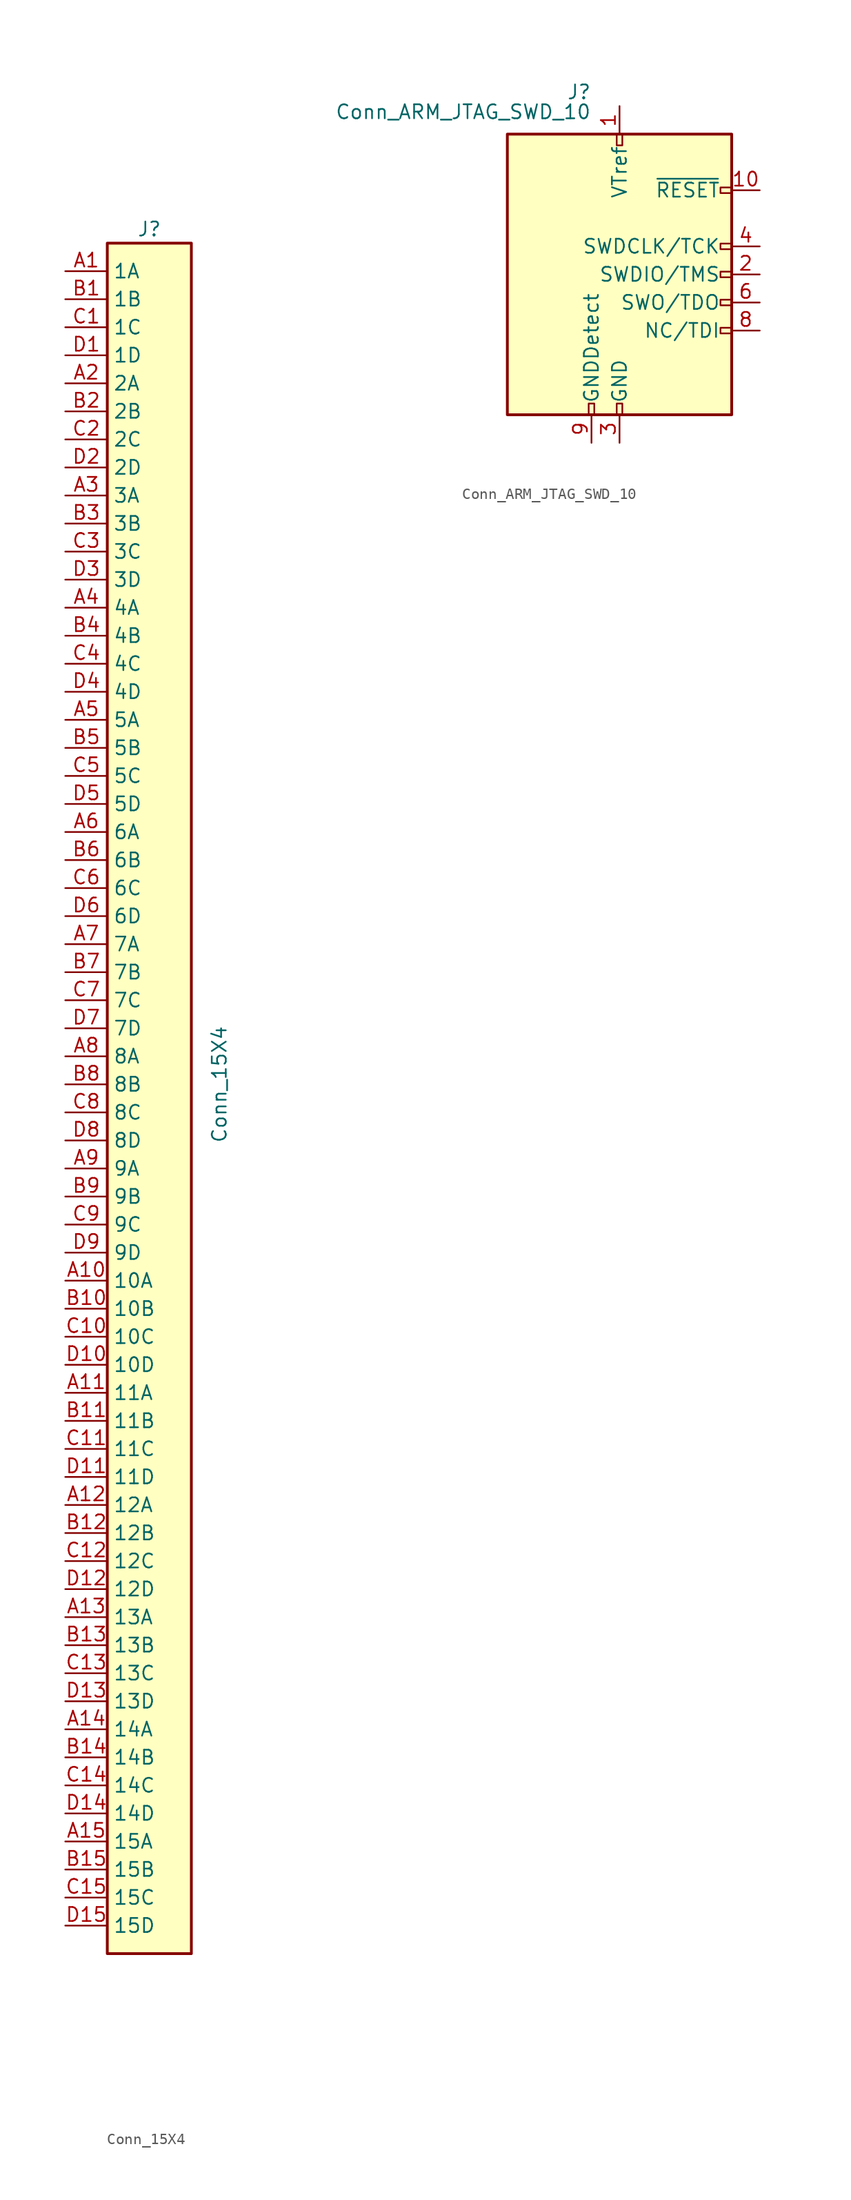
<source format=kicad_sym>
(kicad_symbol_lib
  (version 20211014)
  (generator kicad_symbol_editor)
  (symbol "Conn_15X4"
    (property "Reference" "J"
      (at 0 80.01 0)
      (effects (font (size 1.27 1.27))))
    (property "Value" "Conn_15X4"
      (at 6.35 2.54 90)
      (effects (font (size 1.27 1.27))))
    (symbol "Conn_15X4_0_1"
      (rectangle (start 3.81 -76.2) (end -3.81 78.74) (stroke (width 0.254) (type default) (color 0 0 0 0)) (fill (type background))))
    (symbol "Conn_15X4_1_1"
      (pin passive line (at -7.62 76.2 0) (length 3.81) (name "1A" (effects (font (size 1.27 1.27)))) (number "A1" (effects (font (size 1.27 1.27)))))
      (pin passive line (at -7.62 -15.24 0) (length 3.81) (name "10A" (effects (font (size 1.27 1.27)))) (number "A10" (effects (font (size 1.27 1.27)))))
      (pin passive line (at -7.62 -25.4 0) (length 3.81) (name "11A" (effects (font (size 1.27 1.27)))) (number "A11" (effects (font (size 1.27 1.27)))))
      (pin passive line (at -7.62 -35.56 0) (length 3.81) (name "12A" (effects (font (size 1.27 1.27)))) (number "A12" (effects (font (size 1.27 1.27)))))
      (pin passive line (at -7.62 -45.72 0) (length 3.81) (name "13A" (effects (font (size 1.27 1.27)))) (number "A13" (effects (font (size 1.27 1.27)))))
      (pin passive line (at -7.62 -55.88 0) (length 3.81) (name "14A" (effects (font (size 1.27 1.27)))) (number "A14" (effects (font (size 1.27 1.27)))))
      (pin passive line (at -7.62 -66.04 0) (length 3.81) (name "15A" (effects (font (size 1.27 1.27)))) (number "A15" (effects (font (size 1.27 1.27)))))
      (pin passive line (at -7.62 66.04 0) (length 3.81) (name "2A" (effects (font (size 1.27 1.27)))) (number "A2" (effects (font (size 1.27 1.27)))))
      (pin passive line (at -7.62 55.88 0) (length 3.81) (name "3A" (effects (font (size 1.27 1.27)))) (number "A3" (effects (font (size 1.27 1.27)))))
      (pin passive line (at -7.62 45.72 0) (length 3.81) (name "4A" (effects (font (size 1.27 1.27)))) (number "A4" (effects (font (size 1.27 1.27)))))
      (pin passive line (at -7.62 35.56 0) (length 3.81) (name "5A" (effects (font (size 1.27 1.27)))) (number "A5" (effects (font (size 1.27 1.27)))))
      (pin passive line (at -7.62 25.4 0) (length 3.81) (name "6A" (effects (font (size 1.27 1.27)))) (number "A6" (effects (font (size 1.27 1.27)))))
      (pin passive line (at -7.62 15.24 0) (length 3.81) (name "7A" (effects (font (size 1.27 1.27)))) (number "A7" (effects (font (size 1.27 1.27)))))
      (pin passive line (at -7.62 5.08 0) (length 3.81) (name "8A" (effects (font (size 1.27 1.27)))) (number "A8" (effects (font (size 1.27 1.27)))))
      (pin passive line (at -7.62 -5.08 0) (length 3.81) (name "9A" (effects (font (size 1.27 1.27)))) (number "A9" (effects (font (size 1.27 1.27)))))
      (pin passive line (at -7.62 73.66 0) (length 3.81) (name "1B" (effects (font (size 1.27 1.27)))) (number "B1" (effects (font (size 1.27 1.27)))))
      (pin passive line (at -7.62 -17.78 0) (length 3.81) (name "10B" (effects (font (size 1.27 1.27)))) (number "B10" (effects (font (size 1.27 1.27)))))
      (pin passive line (at -7.62 -27.94 0) (length 3.81) (name "11B" (effects (font (size 1.27 1.27)))) (number "B11" (effects (font (size 1.27 1.27)))))
      (pin passive line (at -7.62 -38.1 0) (length 3.81) (name "12B" (effects (font (size 1.27 1.27)))) (number "B12" (effects (font (size 1.27 1.27)))))
      (pin passive line (at -7.62 -48.26 0) (length 3.81) (name "13B" (effects (font (size 1.27 1.27)))) (number "B13" (effects (font (size 1.27 1.27)))))
      (pin passive line (at -7.62 -58.42 0) (length 3.81) (name "14B" (effects (font (size 1.27 1.27)))) (number "B14" (effects (font (size 1.27 1.27)))))
      (pin passive line (at -7.62 -68.58 0) (length 3.81) (name "15B" (effects (font (size 1.27 1.27)))) (number "B15" (effects (font (size 1.27 1.27)))))
      (pin passive line (at -7.62 63.5 0) (length 3.81) (name "2B" (effects (font (size 1.27 1.27)))) (number "B2" (effects (font (size 1.27 1.27)))))
      (pin passive line (at -7.62 53.34 0) (length 3.81) (name "3B" (effects (font (size 1.27 1.27)))) (number "B3" (effects (font (size 1.27 1.27)))))
      (pin passive line (at -7.62 43.18 0) (length 3.81) (name "4B" (effects (font (size 1.27 1.27)))) (number "B4" (effects (font (size 1.27 1.27)))))
      (pin passive line (at -7.62 33.02 0) (length 3.81) (name "5B" (effects (font (size 1.27 1.27)))) (number "B5" (effects (font (size 1.27 1.27)))))
      (pin passive line (at -7.62 22.86 0) (length 3.81) (name "6B" (effects (font (size 1.27 1.27)))) (number "B6" (effects (font (size 1.27 1.27)))))
      (pin passive line (at -7.62 12.7 0) (length 3.81) (name "7B" (effects (font (size 1.27 1.27)))) (number "B7" (effects (font (size 1.27 1.27)))))
      (pin passive line (at -7.62 2.54 0) (length 3.81) (name "8B" (effects (font (size 1.27 1.27)))) (number "B8" (effects (font (size 1.27 1.27)))))
      (pin passive line (at -7.62 -7.62 0) (length 3.81) (name "9B" (effects (font (size 1.27 1.27)))) (number "B9" (effects (font (size 1.27 1.27)))))
      (pin passive line (at -7.62 71.12 0) (length 3.81) (name "1C" (effects (font (size 1.27 1.27)))) (number "C1" (effects (font (size 1.27 1.27)))))
      (pin passive line (at -7.62 -20.32 0) (length 3.81) (name "10C" (effects (font (size 1.27 1.27)))) (number "C10" (effects (font (size 1.27 1.27)))))
      (pin passive line (at -7.62 -30.48 0) (length 3.81) (name "11C" (effects (font (size 1.27 1.27)))) (number "C11" (effects (font (size 1.27 1.27)))))
      (pin passive line (at -7.62 -40.64 0) (length 3.81) (name "12C" (effects (font (size 1.27 1.27)))) (number "C12" (effects (font (size 1.27 1.27)))))
      (pin passive line (at -7.62 -50.8 0) (length 3.81) (name "13C" (effects (font (size 1.27 1.27)))) (number "C13" (effects (font (size 1.27 1.27)))))
      (pin passive line (at -7.62 -60.96 0) (length 3.81) (name "14C" (effects (font (size 1.27 1.27)))) (number "C14" (effects (font (size 1.27 1.27)))))
      (pin passive line (at -7.62 -71.12 0) (length 3.81) (name "15C" (effects (font (size 1.27 1.27)))) (number "C15" (effects (font (size 1.27 1.27)))))
      (pin passive line (at -7.62 60.96 0) (length 3.81) (name "2C" (effects (font (size 1.27 1.27)))) (number "C2" (effects (font (size 1.27 1.27)))))
      (pin passive line (at -7.62 50.8 0) (length 3.81) (name "3C" (effects (font (size 1.27 1.27)))) (number "C3" (effects (font (size 1.27 1.27)))))
      (pin passive line (at -7.62 40.64 0) (length 3.81) (name "4C" (effects (font (size 1.27 1.27)))) (number "C4" (effects (font (size 1.27 1.27)))))
      (pin passive line (at -7.62 30.48 0) (length 3.81) (name "5C" (effects (font (size 1.27 1.27)))) (number "C5" (effects (font (size 1.27 1.27)))))
      (pin passive line (at -7.62 20.32 0) (length 3.81) (name "6C" (effects (font (size 1.27 1.27)))) (number "C6" (effects (font (size 1.27 1.27)))))
      (pin passive line (at -7.62 10.16 0) (length 3.81) (name "7C" (effects (font (size 1.27 1.27)))) (number "C7" (effects (font (size 1.27 1.27)))))
      (pin passive line (at -7.62 0 0) (length 3.81) (name "8C" (effects (font (size 1.27 1.27)))) (number "C8" (effects (font (size 1.27 1.27)))))
      (pin passive line (at -7.62 -10.16 0) (length 3.81) (name "9C" (effects (font (size 1.27 1.27)))) (number "C9" (effects (font (size 1.27 1.27)))))
      (pin passive line (at -7.62 68.58 0) (length 3.81) (name "1D" (effects (font (size 1.27 1.27)))) (number "D1" (effects (font (size 1.27 1.27)))))
      (pin passive line (at -7.62 -22.86 0) (length 3.81) (name "10D" (effects (font (size 1.27 1.27)))) (number "D10" (effects (font (size 1.27 1.27)))))
      (pin passive line (at -7.62 -33.02 0) (length 3.81) (name "11D" (effects (font (size 1.27 1.27)))) (number "D11" (effects (font (size 1.27 1.27)))))
      (pin passive line (at -7.62 -43.18 0) (length 3.81) (name "12D" (effects (font (size 1.27 1.27)))) (number "D12" (effects (font (size 1.27 1.27)))))
      (pin passive line (at -7.62 -53.34 0) (length 3.81) (name "13D" (effects (font (size 1.27 1.27)))) (number "D13" (effects (font (size 1.27 1.27)))))
      (pin passive line (at -7.62 -63.5 0) (length 3.81) (name "14D" (effects (font (size 1.27 1.27)))) (number "D14" (effects (font (size 1.27 1.27)))))
      (pin passive line (at -7.62 -73.66 0) (length 3.81) (name "15D" (effects (font (size 1.27 1.27)))) (number "D15" (effects (font (size 1.27 1.27)))))
      (pin passive line (at -7.62 58.42 0) (length 3.81) (name "2D" (effects (font (size 1.27 1.27)))) (number "D2" (effects (font (size 1.27 1.27)))))
      (pin passive line (at -7.62 48.26 0) (length 3.81) (name "3D" (effects (font (size 1.27 1.27)))) (number "D3" (effects (font (size 1.27 1.27)))))
      (pin passive line (at -7.62 38.1 0) (length 3.81) (name "4D" (effects (font (size 1.27 1.27)))) (number "D4" (effects (font (size 1.27 1.27)))))
      (pin passive line (at -7.62 27.94 0) (length 3.81) (name "5D" (effects (font (size 1.27 1.27)))) (number "D5" (effects (font (size 1.27 1.27)))))
      (pin passive line (at -7.62 17.78 0) (length 3.81) (name "6D" (effects (font (size 1.27 1.27)))) (number "D6" (effects (font (size 1.27 1.27)))))
      (pin passive line (at -7.62 7.62 0) (length 3.81) (name "7D" (effects (font (size 1.27 1.27)))) (number "D7" (effects (font (size 1.27 1.27)))))
      (pin passive line (at -7.62 -2.54 0) (length 3.81) (name "8D" (effects (font (size 1.27 1.27)))) (number "D8" (effects (font (size 1.27 1.27)))))
      (pin passive line (at -7.62 -12.7 0) (length 3.81) (name "9D" (effects (font (size 1.27 1.27)))) (number "D9" (effects (font (size 1.27 1.27)))))))
  (symbol "Conn_ARM_JTAG_SWD_10"
    (pin_names
      (offset 1.016))
    (property "Reference" "J"
      (at -2.54 16.51 0)
      (effects (font (size 1.27 1.27)) (justify right)))
    (property "Value" "Conn_ARM_JTAG_SWD_10"
      (at -2.54 13.97 0)
      (effects (font (size 1.27 1.27)) (justify right bottom)))
    (symbol "Conn_ARM_JTAG_SWD_10_0_1"
      (rectangle (start -10.16 12.7) (end 10.16 -12.7) (stroke (width 0.254) (type default) (color 0 0 0 0)) (fill (type background)))
      (rectangle (start -2.794 -12.7) (end -2.286 -11.684) (stroke (width 0) (type default) (color 0 0 0 0)) (fill (type none)))
      (rectangle (start -0.254 -12.7) (end 0.254 -11.684) (stroke (width 0) (type default) (color 0 0 0 0)) (fill (type none)))
      (rectangle (start -0.254 12.7) (end 0.254 11.684) (stroke (width 0) (type default) (color 0 0 0 0)) (fill (type none)))
      (rectangle (start 9.144 2.286) (end 10.16 2.794) (stroke (width 0) (type default) (color 0 0 0 0)) (fill (type none)))
      (rectangle (start 10.16 -2.794) (end 9.144 -2.286) (stroke (width 0) (type default) (color 0 0 0 0)) (fill (type none)))
      (rectangle (start 10.16 -0.254) (end 9.144 0.254) (stroke (width 0) (type default) (color 0 0 0 0)) (fill (type none)))
      (rectangle (start 10.16 7.874) (end 9.144 7.366) (stroke (width 0) (type default) (color 0 0 0 0)) (fill (type none))))
    (symbol "Conn_ARM_JTAG_SWD_10_1_1"
      (rectangle (start 9.144 -5.334) (end 10.16 -4.826) (stroke (width 0) (type default) (color 0 0 0 0)) (fill (type none)))
      (pin power_in line (at 0 15.24 270) (length 2.54) (name "VTref" (effects (font (size 1.27 1.27)))) (number "1" (effects (font (size 1.27 1.27)))))
      (pin open_collector line (at 12.7 7.62 180) (length 2.54) (name "~{RESET}" (effects (font (size 1.27 1.27)))) (number "10" (effects (font (size 1.27 1.27)))))
      (pin bidirectional line (at 12.7 0 180) (length 2.54) (name "SWDIO/TMS" (effects (font (size 1.27 1.27)))) (number "2" (effects (font (size 1.27 1.27)))))
      (pin power_in line (at 0 -15.24 90) (length 2.54) (name "GND" (effects (font (size 1.27 1.27)))) (number "3" (effects (font (size 1.27 1.27)))))
      (pin output line (at 12.7 2.54 180) (length 2.54) (name "SWDCLK/TCK" (effects (font (size 1.27 1.27)))) (number "4" (effects (font (size 1.27 1.27)))))
      (pin passive line (at 0 -15.24 90) (length 2.54) hide (name "GND" (effects (font (size 1.27 1.27)))) (number "5" (effects (font (size 1.27 1.27)))))
      (pin input line (at 12.7 -2.54 180) (length 2.54) (name "SWO/TDO" (effects (font (size 1.27 1.27)))) (number "6" (effects (font (size 1.27 1.27)))))
      (pin no_connect line (at -10.16 0 0) (length 2.54) hide (name "KEY" (effects (font (size 1.27 1.27)))) (number "7" (effects (font (size 1.27 1.27)))))
      (pin output line (at 12.7 -5.08 180) (length 2.54) (name "NC/TDI" (effects (font (size 1.27 1.27)))) (number "8" (effects (font (size 1.27 1.27)))))
      (pin passive line (at -2.54 -15.24 90) (length 2.54) (name "GNDDetect" (effects (font (size 1.27 1.27)))) (number "9" (effects (font (size 1.27 1.27))))))))
</source>
